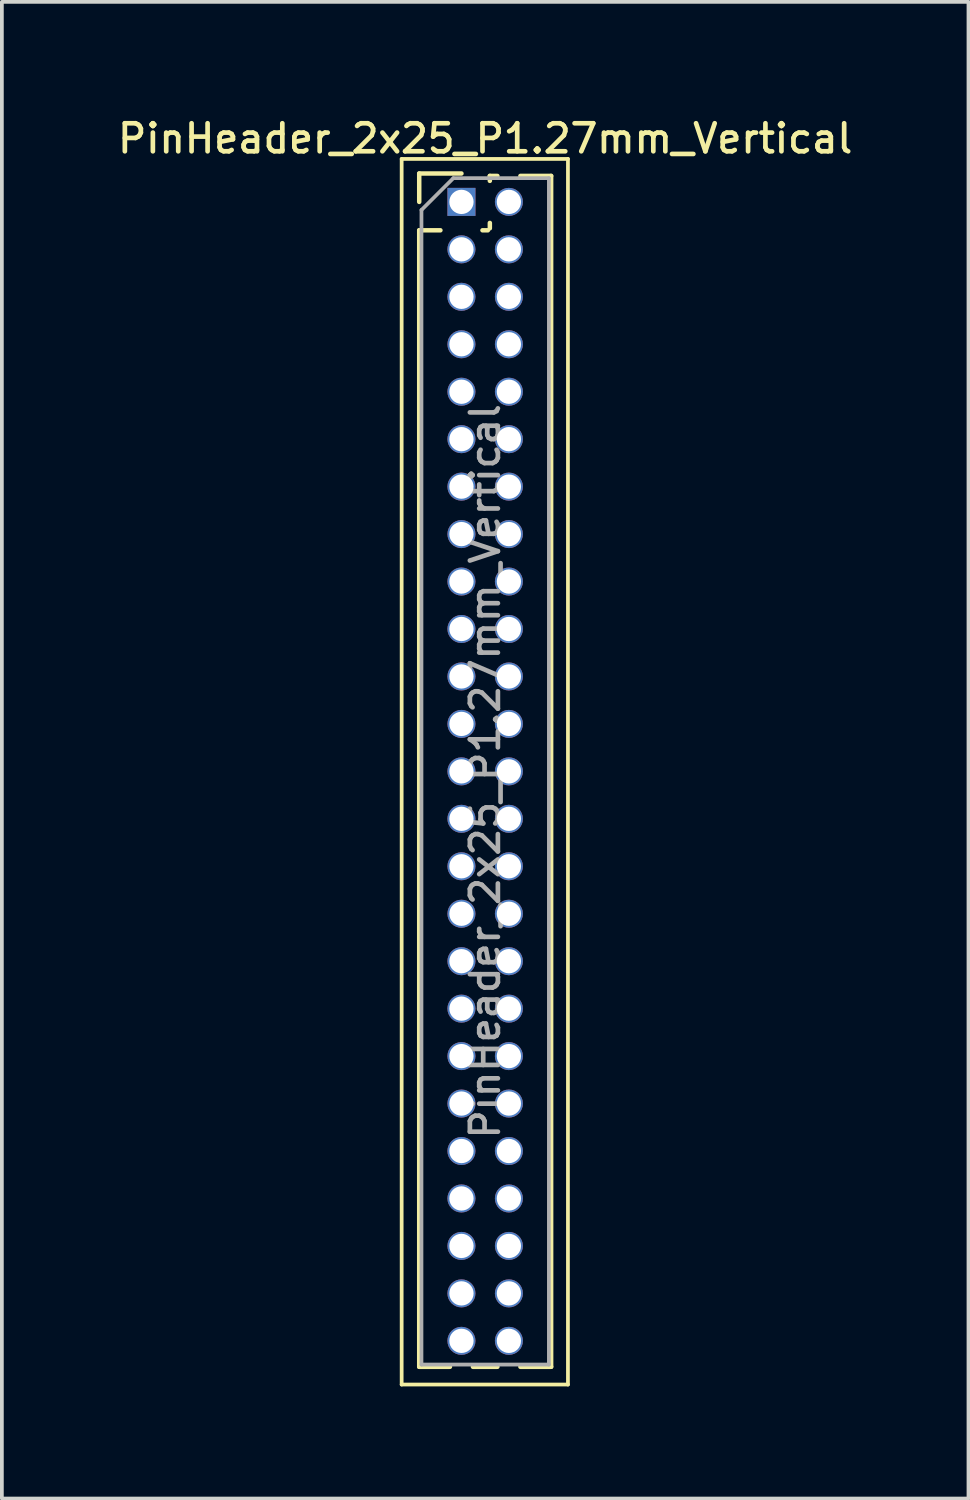
<source format=kicad_pcb>
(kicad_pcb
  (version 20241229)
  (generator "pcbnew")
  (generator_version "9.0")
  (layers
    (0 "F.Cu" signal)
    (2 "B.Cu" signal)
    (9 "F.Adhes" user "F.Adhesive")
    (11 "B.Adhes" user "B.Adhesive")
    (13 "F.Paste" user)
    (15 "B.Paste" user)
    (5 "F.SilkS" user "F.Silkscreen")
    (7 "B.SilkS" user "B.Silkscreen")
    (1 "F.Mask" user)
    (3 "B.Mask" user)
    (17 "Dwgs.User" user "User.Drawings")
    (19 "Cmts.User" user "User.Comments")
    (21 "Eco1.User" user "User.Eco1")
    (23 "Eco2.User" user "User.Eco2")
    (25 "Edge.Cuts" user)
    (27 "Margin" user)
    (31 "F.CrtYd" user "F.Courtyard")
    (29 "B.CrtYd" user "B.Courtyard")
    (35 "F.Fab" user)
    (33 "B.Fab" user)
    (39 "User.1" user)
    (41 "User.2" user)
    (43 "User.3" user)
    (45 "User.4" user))
  (footprint "PinHeader_2x25_P1.27mm_Vertical"
    (layer "F.Cu")
    (at 9.299 2.353)
    (property "Reference" "PinHeader_2x25_P1.27mm_Vertical" (at 0.635 -1.695 0) (layer "F.SilkS") (effects (font (size 0.75 0.75) (thickness 0.125))))
    (attr through_hole)
    (fp_line (start -1.6 -1.15) (end -1.6 31.65) (stroke (width 0.1) (type solid)) (layer "F.SilkS"))
    (fp_line (start -1.6 31.65) (end 2.85 31.65) (stroke (width 0.1) (type solid)) (layer "F.SilkS"))
    (fp_line (start -1.13 -0.76) (end 0 -0.76) (stroke (width 0.12) (type solid)) (layer "F.SilkS"))
    (fp_line (start -1.13 0) (end -1.13 -0.76) (stroke (width 0.12) (type solid)) (layer "F.SilkS"))
    (fp_line (start -1.13 0.76) (end -1.13 31.175) (stroke (width 0.12) (type solid)) (layer "F.SilkS"))
    (fp_line (start -1.13 0.76) (end -0.563 0.76) (stroke (width 0.12) (type solid)) (layer "F.SilkS"))
    (fp_line (start -1.13 31.175) (end -0.308 31.175) (stroke (width 0.12) (type solid)) (layer "F.SilkS"))
    (fp_line (start 0.308 31.175) (end 0.962 31.175) (stroke (width 0.12) (type solid)) (layer "F.SilkS"))
    (fp_line (start 0.563 0.76) (end 0.707 0.76) (stroke (width 0.12) (type solid)) (layer "F.SilkS"))
    (fp_line (start 0.76 -0.695) (end 0.962 -0.695) (stroke (width 0.12) (type solid)) (layer "F.SilkS"))
    (fp_line (start 0.76 -0.563) (end 0.76 -0.695) (stroke (width 0.12) (type solid)) (layer "F.SilkS"))
    (fp_line (start 0.76 0.707) (end 0.76 0.563) (stroke (width 0.12) (type solid)) (layer "F.SilkS"))
    (fp_line (start 1.578 -0.695) (end 2.4 -0.695) (stroke (width 0.12) (type solid)) (layer "F.SilkS"))
    (fp_line (start 1.578 31.175) (end 2.4 31.175) (stroke (width 0.12) (type solid)) (layer "F.SilkS"))
    (fp_line (start 2.4 -0.695) (end 2.4 31.175) (stroke (width 0.12) (type solid)) (layer "F.SilkS"))
    (fp_line (start 2.85 -1.15) (end -1.6 -1.15) (stroke (width 0.1) (type solid)) (layer "F.SilkS"))
    (fp_line (start 2.85 31.65) (end 2.85 -1.15) (stroke (width 0.1) (type solid)) (layer "F.SilkS"))
    (fp_line (start -1.07 0.217) (end -0.217 -0.635) (stroke (width 0.1) (type solid)) (layer "F.Fab"))
    (fp_line (start -1.07 31.115) (end -1.07 0.217) (stroke (width 0.1) (type solid)) (layer "F.Fab"))
    (fp_line (start -0.217 -0.635) (end 2.34 -0.635) (stroke (width 0.1) (type solid)) (layer "F.Fab"))
    (fp_line (start 2.34 -0.635) (end 2.34 31.115) (stroke (width 0.1) (type solid)) (layer "F.Fab"))
    (fp_line (start 2.34 31.115) (end -1.07 31.115) (stroke (width 0.1) (type solid)) (layer "F.Fab"))
    (fp_text user "${REFERENCE}" (at 0.635 15.24 90) (layer "F.Fab") (effects (font (size 0.75 0.75) (thickness 0.125))))
    (pad "1" thru_hole rect (at 0 0) (size 0.75 0.75) (drill 0.65) (layers "*.Cu" "*.Mask"))
    (pad "2" thru_hole oval (at 1.27 0) (size 0.75 0.75) (drill 0.65) (layers "*.Cu" "*.Mask"))
    (pad "3" thru_hole oval (at 0 1.27) (size 0.75 0.75) (drill 0.65) (layers "*.Cu" "*.Mask"))
    (pad "4" thru_hole oval (at 1.27 1.27) (size 0.75 0.75) (drill 0.65) (layers "*.Cu" "*.Mask"))
    (pad "5" thru_hole oval (at 0 2.54) (size 0.75 0.75) (drill 0.65) (layers "*.Cu" "*.Mask"))
    (pad "6" thru_hole oval (at 1.27 2.54) (size 0.75 0.75) (drill 0.65) (layers "*.Cu" "*.Mask"))
    (pad "7" thru_hole oval (at 0 3.81) (size 0.75 0.75) (drill 0.65) (layers "*.Cu" "*.Mask"))
    (pad "8" thru_hole oval (at 1.27 3.81) (size 0.75 0.75) (drill 0.65) (layers "*.Cu" "*.Mask"))
    (pad "9" thru_hole oval (at 0 5.08) (size 0.75 0.75) (drill 0.65) (layers "*.Cu" "*.Mask"))
    (pad "10" thru_hole oval (at 1.27 5.08) (size 0.75 0.75) (drill 0.65) (layers "*.Cu" "*.Mask"))
    (pad "11" thru_hole oval (at 0 6.35) (size 0.75 0.75) (drill 0.65) (layers "*.Cu" "*.Mask"))
    (pad "12" thru_hole oval (at 1.27 6.35) (size 0.75 0.75) (drill 0.65) (layers "*.Cu" "*.Mask"))
    (pad "13" thru_hole oval (at 0 7.62) (size 0.75 0.75) (drill 0.65) (layers "*.Cu" "*.Mask"))
    (pad "14" thru_hole oval (at 1.27 7.62) (size 0.75 0.75) (drill 0.65) (layers "*.Cu" "*.Mask"))
    (pad "15" thru_hole oval (at 0 8.89) (size 0.75 0.75) (drill 0.65) (layers "*.Cu" "*.Mask"))
    (pad "16" thru_hole oval (at 1.27 8.89) (size 0.75 0.75) (drill 0.65) (layers "*.Cu" "*.Mask"))
    (pad "17" thru_hole oval (at 0 10.16) (size 0.75 0.75) (drill 0.65) (layers "*.Cu" "*.Mask"))
    (pad "18" thru_hole oval (at 1.27 10.16) (size 0.75 0.75) (drill 0.65) (layers "*.Cu" "*.Mask"))
    (pad "19" thru_hole oval (at 0 11.43) (size 0.75 0.75) (drill 0.65) (layers "*.Cu" "*.Mask"))
    (pad "20" thru_hole oval (at 1.27 11.43) (size 0.75 0.75) (drill 0.65) (layers "*.Cu" "*.Mask"))
    (pad "21" thru_hole oval (at 0 12.7) (size 0.75 0.75) (drill 0.65) (layers "*.Cu" "*.Mask"))
    (pad "22" thru_hole oval (at 1.27 12.7) (size 0.75 0.75) (drill 0.65) (layers "*.Cu" "*.Mask"))
    (pad "23" thru_hole oval (at 0 13.97) (size 0.75 0.75) (drill 0.65) (layers "*.Cu" "*.Mask"))
    (pad "24" thru_hole oval (at 1.27 13.97) (size 0.75 0.75) (drill 0.65) (layers "*.Cu" "*.Mask"))
    (pad "25" thru_hole oval (at 0 15.24) (size 0.75 0.75) (drill 0.65) (layers "*.Cu" "*.Mask"))
    (pad "26" thru_hole oval (at 1.27 15.24) (size 0.75 0.75) (drill 0.65) (layers "*.Cu" "*.Mask"))
    (pad "27" thru_hole oval (at 0 16.51) (size 0.75 0.75) (drill 0.65) (layers "*.Cu" "*.Mask"))
    (pad "28" thru_hole oval (at 1.27 16.51) (size 0.75 0.75) (drill 0.65) (layers "*.Cu" "*.Mask"))
    (pad "29" thru_hole oval (at 0 17.78) (size 0.75 0.75) (drill 0.65) (layers "*.Cu" "*.Mask"))
    (pad "30" thru_hole oval (at 1.27 17.78) (size 0.75 0.75) (drill 0.65) (layers "*.Cu" "*.Mask"))
    (pad "31" thru_hole oval (at 0 19.05) (size 0.75 0.75) (drill 0.65) (layers "*.Cu" "*.Mask"))
    (pad "32" thru_hole oval (at 1.27 19.05) (size 0.75 0.75) (drill 0.65) (layers "*.Cu" "*.Mask"))
    (pad "33" thru_hole oval (at 0 20.32) (size 0.75 0.75) (drill 0.65) (layers "*.Cu" "*.Mask"))
    (pad "34" thru_hole oval (at 1.27 20.32) (size 0.75 0.75) (drill 0.65) (layers "*.Cu" "*.Mask"))
    (pad "35" thru_hole oval (at 0 21.59) (size 0.75 0.75) (drill 0.65) (layers "*.Cu" "*.Mask"))
    (pad "36" thru_hole oval (at 1.27 21.59) (size 0.75 0.75) (drill 0.65) (layers "*.Cu" "*.Mask"))
    (pad "37" thru_hole oval (at 0 22.86) (size 0.75 0.75) (drill 0.65) (layers "*.Cu" "*.Mask"))
    (pad "38" thru_hole oval (at 1.27 22.86) (size 0.75 0.75) (drill 0.65) (layers "*.Cu" "*.Mask"))
    (pad "39" thru_hole oval (at 0 24.13) (size 0.75 0.75) (drill 0.65) (layers "*.Cu" "*.Mask"))
    (pad "40" thru_hole oval (at 1.27 24.13) (size 0.75 0.75) (drill 0.65) (layers "*.Cu" "*.Mask"))
    (pad "41" thru_hole oval (at 0 25.4) (size 0.75 0.75) (drill 0.65) (layers "*.Cu" "*.Mask"))
    (pad "42" thru_hole oval (at 1.27 25.4) (size 0.75 0.75) (drill 0.65) (layers "*.Cu" "*.Mask"))
    (pad "43" thru_hole oval (at 0 26.67) (size 0.75 0.75) (drill 0.65) (layers "*.Cu" "*.Mask"))
    (pad "44" thru_hole oval (at 1.27 26.67) (size 0.75 0.75) (drill 0.65) (layers "*.Cu" "*.Mask"))
    (pad "45" thru_hole oval (at 0 27.94) (size 0.75 0.75) (drill 0.65) (layers "*.Cu" "*.Mask"))
    (pad "46" thru_hole oval (at 1.27 27.94) (size 0.75 0.75) (drill 0.65) (layers "*.Cu" "*.Mask"))
    (pad "47" thru_hole oval (at 0 29.21) (size 0.75 0.75) (drill 0.65) (layers "*.Cu" "*.Mask"))
    (pad "48" thru_hole oval (at 1.27 29.21) (size 0.75 0.75) (drill 0.65) (layers "*.Cu" "*.Mask"))
    (pad "49" thru_hole oval (at 0 30.48) (size 0.75 0.75) (drill 0.65) (layers "*.Cu" "*.Mask"))
    (pad "50" thru_hole oval (at 1.27 30.48) (size 0.75 0.75) (drill 0.65) (layers "*.Cu" "*.Mask")))
  (gr_rect
    (start -3 -3)
    (end 22.868 37.053)
    (stroke (width 0.1) (type default))
    (fill no)
    (layer "Edge.Cuts")))
</source>
